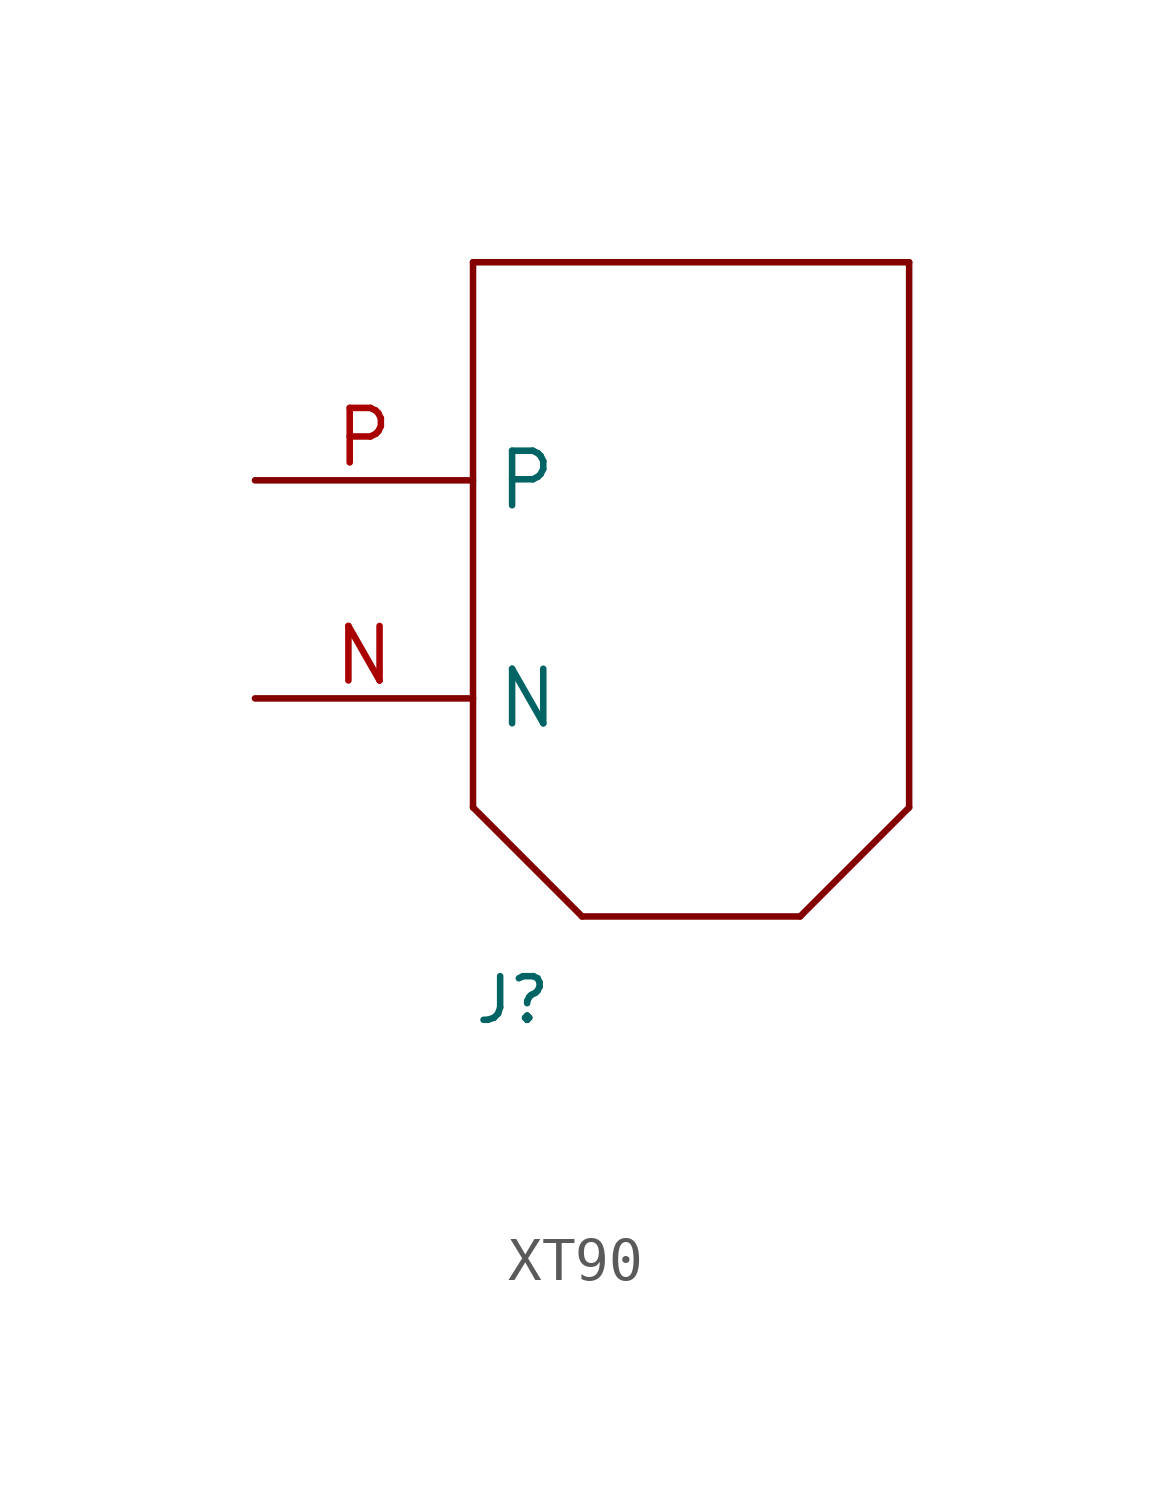
<source format=kicad_sym>
(kicad_symbol_lib
  (version 20231120)
  (generator "kicad_symbol_editor")
  (generator_version "8.0")
  (symbol "XT90"
    (property "Reference" "J"
      (at 0 -2.54 0)
      (effects (font (size 1.016 1.016)) (justify left bottom)))
    (property "Value" ""
      (at 0 -5.08 0)
      (effects (font (size 1.016 1.016)) (justify left bottom)))
    (property "ki_locked" ""
      (at 0 0 0)
      (effects (font (size 1.27 1.27))))
    (symbol "XT90_1_0"
      (polyline (pts (xy 0 2.54) (xy 2.54 0)) (stroke (width 0.152) (type solid)) (fill (type none)))
      (polyline (pts (xy 0 15.24) (xy 0 2.54)) (stroke (width 0.152) (type solid)) (fill (type none)))
      (polyline (pts (xy 2.54 0) (xy 7.62 0)) (stroke (width 0.152) (type solid)) (fill (type none)))
      (polyline (pts (xy 7.62 0) (xy 10.16 2.54)) (stroke (width 0.152) (type solid)) (fill (type none)))
      (polyline (pts (xy 10.16 2.54) (xy 10.16 15.24)) (stroke (width 0.152) (type solid)) (fill (type none)))
      (polyline (pts (xy 10.16 15.24) (xy 0 15.24)) (stroke (width 0.152) (type solid)) (fill (type none)))
      (pin bidirectional line (at -5.08 5.08 0) (length 5.08) (name "N" (effects (font (size 1.27 1.27)))) (number "N" (effects (font (size 1.27 1.27)))))
      (pin bidirectional line (at -5.08 10.16 0) (length 5.08) (name "P" (effects (font (size 1.27 1.27)))) (number "P" (effects (font (size 1.27 1.27))))))))
</source>
